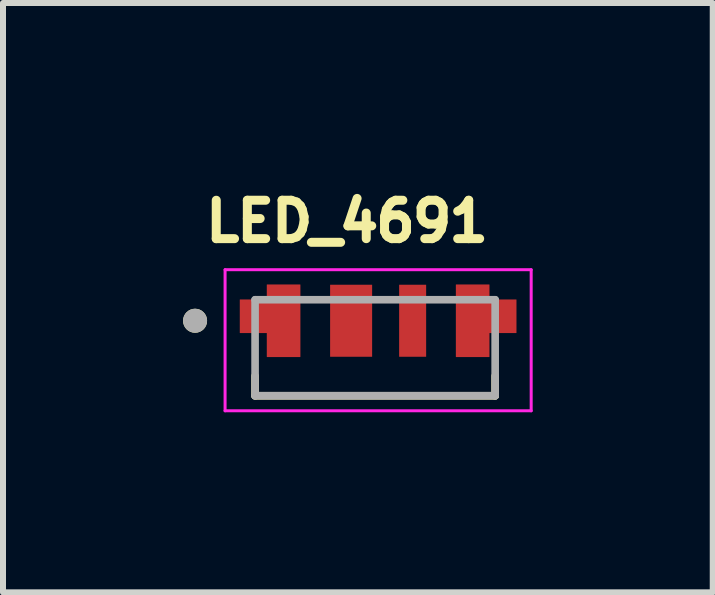
<source format=kicad_pcb>
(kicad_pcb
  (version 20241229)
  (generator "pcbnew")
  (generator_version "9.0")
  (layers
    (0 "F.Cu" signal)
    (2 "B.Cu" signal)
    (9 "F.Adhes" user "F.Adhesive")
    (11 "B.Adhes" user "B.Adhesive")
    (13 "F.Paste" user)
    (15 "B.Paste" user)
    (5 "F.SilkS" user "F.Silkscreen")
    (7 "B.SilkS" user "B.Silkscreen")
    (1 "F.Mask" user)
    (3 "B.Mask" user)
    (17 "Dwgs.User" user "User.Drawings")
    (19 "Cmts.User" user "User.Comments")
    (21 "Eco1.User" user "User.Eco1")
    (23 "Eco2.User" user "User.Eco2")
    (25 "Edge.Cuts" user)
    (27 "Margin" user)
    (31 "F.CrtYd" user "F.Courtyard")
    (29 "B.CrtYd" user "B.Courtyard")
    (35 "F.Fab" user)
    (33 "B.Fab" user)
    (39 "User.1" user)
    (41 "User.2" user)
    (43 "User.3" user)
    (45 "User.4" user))
  (footprint "LED_4691"
    (layer "F.Cu")
    (at 3.2 2.744)
    (property "Reference" "LED_4691" (at -0.468 -2.106 0) (layer "F.SilkS") (effects (font (size 0.64 0.64) (thickness 0.15))))
    (attr smd)
    (fp_poly (pts (xy -1.15 -1.15) (xy -1.15 0.25) (xy -1.9 0.25) (xy -1.9 -0.15) (xy -2.35 -0.15) (xy -2.35 -0.9) (xy -1.9 -0.9) (xy -1.9 -1.15)) (stroke (width 0.01) (type solid)) (fill yes) (layer "F.Mask"))
    (fp_poly (pts (xy 1.25 0.25) (xy 1.25 -1.15) (xy 2 -1.15) (xy 2 -0.9) (xy 2.45 -0.9) (xy 2.45 -0.15) (xy 2 -0.15) (xy 2 0.25)) (stroke (width 0.01) (type solid)) (fill yes) (layer "F.Mask"))
    (fp_line (start -2 0.8) (end -2 0.47) (stroke (width 0.127) (type solid)) (layer "F.SilkS"))
    (fp_line (start 2 0.8) (end -2 0.8) (stroke (width 0.127) (type solid)) (layer "F.SilkS"))
    (fp_line (start 2 0.8) (end 2 0.47) (stroke (width 0.127) (type solid)) (layer "F.SilkS"))
    (fp_circle (center -3 -0.45) (end -2.9 -0.45) (stroke (width 0.2) (type solid)) (fill no) (layer "F.SilkS"))
    (fp_poly (pts (xy -1.25 -1.05) (xy -1.25 0.15) (xy -1.8 0.15) (xy -1.8 -0.25) (xy -2.25 -0.25) (xy -2.25 -0.8) (xy -1.8 -0.8) (xy -1.8 -1.05)) (stroke (width 0.01) (type solid)) (fill yes) (layer "F.Paste"))
    (fp_poly (pts (xy 1.35 0.15) (xy 1.35 -1.05) (xy 1.9 -1.05) (xy 1.9 -0.8) (xy 2.35 -0.8) (xy 2.35 -0.25) (xy 1.9 -0.25) (xy 1.9 0.15)) (stroke (width 0.01) (type solid)) (fill yes) (layer "F.Paste"))
    (fp_line (start -2.5 -1.3) (end -2.5 1.05) (stroke (width 0.05) (type solid)) (layer "F.CrtYd"))
    (fp_line (start -2.5 1.05) (end 2.6 1.05) (stroke (width 0.05) (type solid)) (layer "F.CrtYd"))
    (fp_line (start 2.6 -1.3) (end -2.5 -1.3) (stroke (width 0.05) (type solid)) (layer "F.CrtYd"))
    (fp_line (start 2.6 1.05) (end 2.6 -1.3) (stroke (width 0.05) (type solid)) (layer "F.CrtYd"))
    (fp_line (start -2 -0.8) (end 2 -0.8) (stroke (width 0.127) (type solid)) (layer "F.Fab"))
    (fp_line (start -2 0.8) (end -2 -0.8) (stroke (width 0.127) (type solid)) (layer "F.Fab"))
    (fp_line (start 2 -0.8) (end 2 0.8) (stroke (width 0.127) (type solid)) (layer "F.Fab"))
    (fp_line (start 2 0.8) (end -2 0.8) (stroke (width 0.127) (type solid)) (layer "F.Fab"))
    (fp_circle (center -3 -0.45) (end -2.9 -0.45) (stroke (width 0.2) (type solid)) (fill no) (layer "F.Fab"))
    (pad "1" smd custom (at -1.8 -0.45) (size 0.1 0.1) (layers "F.Cu") (options (anchor rect)) (primitives (gr_poly (pts (xy 0.55 -0.6) (xy 0.55 0.6) (xy 0 0.6) (xy 0 0.2) (xy -0.45 0.2) (xy -0.45 -0.35) (xy 0 -0.35) (xy 0 -0.6)) (width 0.01) (fill yes))))
    (pad "2" smd rect (at -0.4 -0.45) (size 0.7 1.2) (layers "F.Cu" "F.Mask" "F.Paste"))
    (pad "3" smd rect (at 0.625 -0.45) (size 0.45 1.2) (layers "F.Cu" "F.Mask" "F.Paste"))
    (pad "4" smd custom (at 1.9 -0.45) (size 0.1 0.1) (layers "F.Cu") (options (anchor rect)) (primitives (gr_poly (pts (xy -0.55 0.6) (xy -0.55 -0.6) (xy 0 -0.6) (xy 0 -0.35) (xy 0.45 -0.35) (xy 0.45 0.2) (xy 0 0.2) (xy 0 0.6)) (width 0.01) (fill yes)))))
  (gr_rect
    (start -3 -3)
    (end 8.825 6.819)
    (stroke (width 0.1) (type default))
    (fill no)
    (layer "Edge.Cuts")))
</source>
